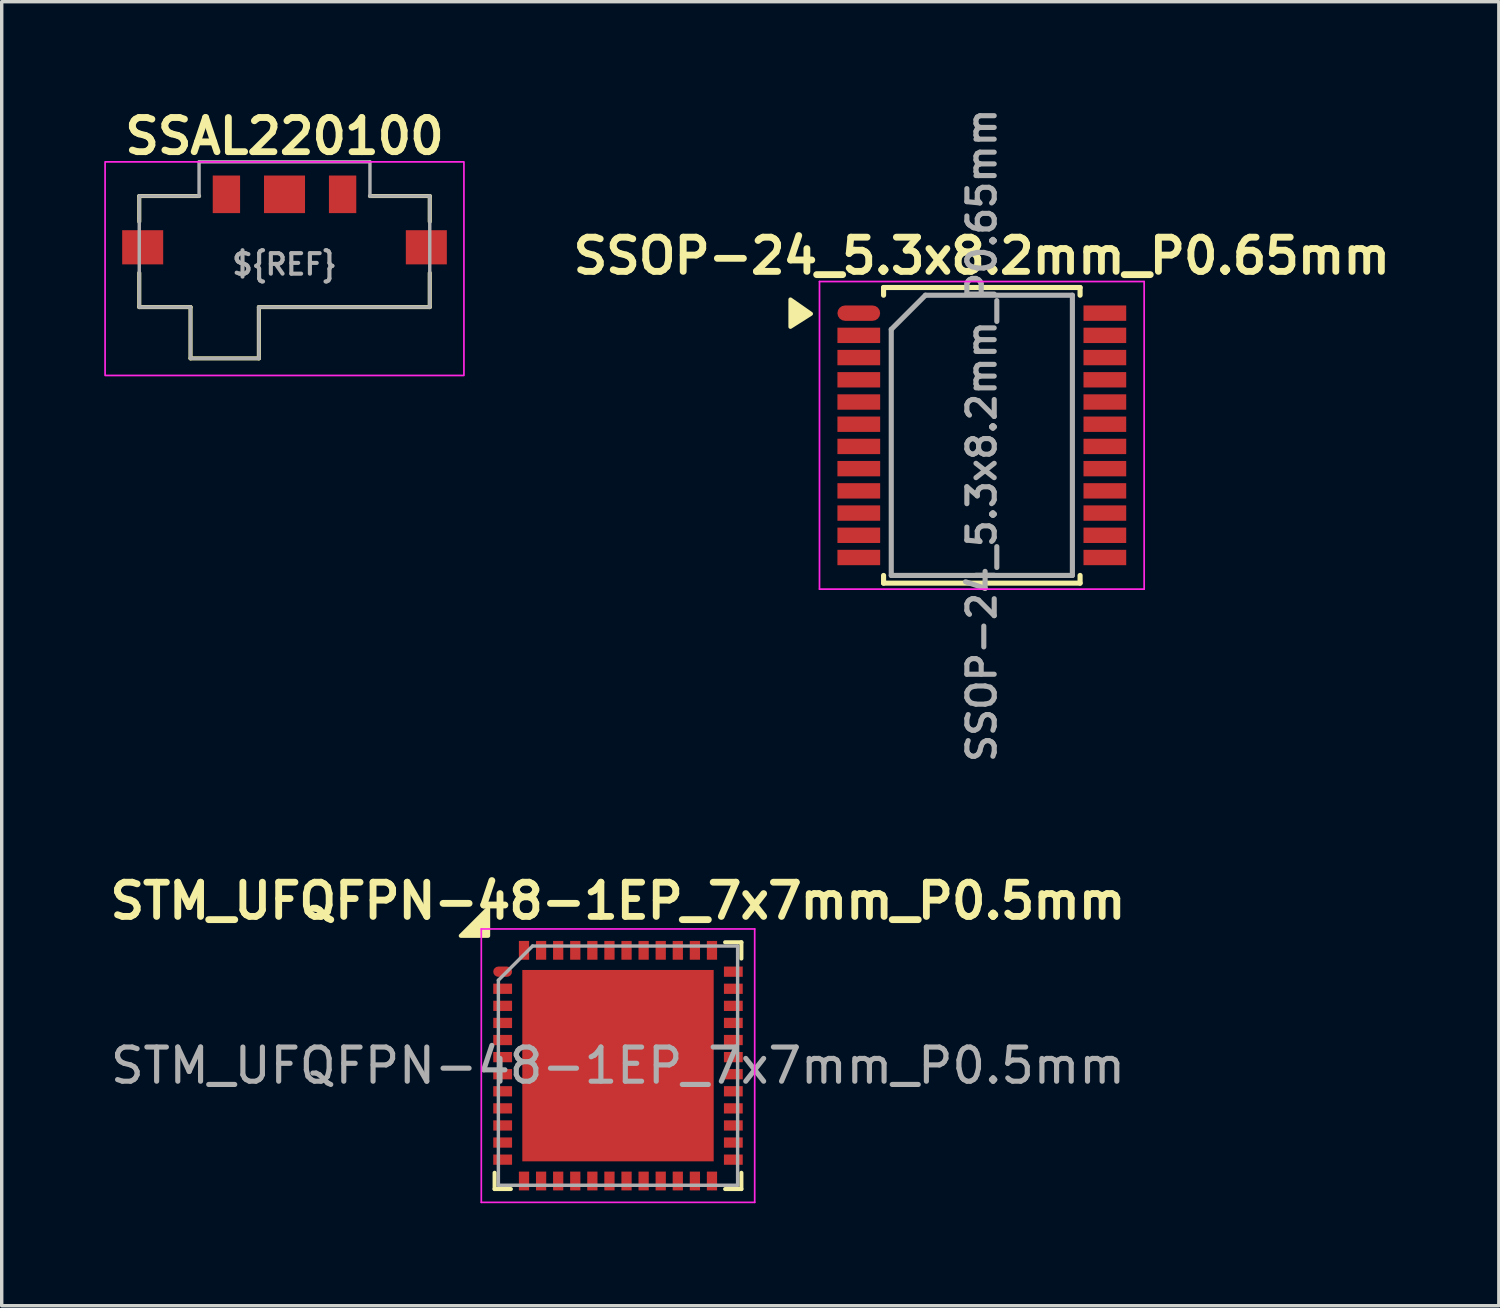
<source format=kicad_pcb>
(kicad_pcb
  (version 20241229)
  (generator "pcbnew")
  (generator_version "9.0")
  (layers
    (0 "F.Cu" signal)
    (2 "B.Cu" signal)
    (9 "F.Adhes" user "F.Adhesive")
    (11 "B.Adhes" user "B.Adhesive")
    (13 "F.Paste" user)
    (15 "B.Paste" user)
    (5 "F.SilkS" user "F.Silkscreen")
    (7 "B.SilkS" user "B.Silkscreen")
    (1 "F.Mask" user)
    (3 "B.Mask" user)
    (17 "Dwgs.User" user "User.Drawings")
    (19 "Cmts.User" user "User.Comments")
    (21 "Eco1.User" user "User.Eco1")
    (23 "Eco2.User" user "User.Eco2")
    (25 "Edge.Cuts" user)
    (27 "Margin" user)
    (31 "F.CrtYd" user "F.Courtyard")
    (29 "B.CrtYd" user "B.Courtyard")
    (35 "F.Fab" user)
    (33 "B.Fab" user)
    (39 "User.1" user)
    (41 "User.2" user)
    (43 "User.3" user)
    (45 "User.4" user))
  (footprint "SSAL220100"
    (layer "F.Cu")
    (at 5.275 4.186)
    (property "Reference" "SSAL220100" (at 0 -3.25 0) (unlocked yes) (layer "F.SilkS") (effects (font (size 1 1) (thickness 0.2))))
    (attr smd)
    (fp_line (start -4.25 -1.5) (end -2.5 -1.5) (stroke (width 0.12) (type solid)) (layer "F.SilkS"))
    (fp_line (start -4.25 -0.75) (end -4.25 -1.5) (stroke (width 0.12) (type solid)) (layer "F.SilkS"))
    (fp_line (start -4.25 0.75) (end -4.25 1.75) (stroke (width 0.12) (type solid)) (layer "F.SilkS"))
    (fp_line (start -4.25 1.75) (end -2.75 1.75) (stroke (width 0.12) (type solid)) (layer "F.SilkS"))
    (fp_line (start -2.75 1.75) (end -2.75 3.25) (stroke (width 0.12) (type solid)) (layer "F.SilkS"))
    (fp_line (start -2.75 3.25) (end -0.75 3.25) (stroke (width 0.12) (type solid)) (layer "F.SilkS"))
    (fp_line (start -0.75 3.25) (end -0.75 1.75) (stroke (width 0.12) (type solid)) (layer "F.SilkS"))
    (fp_line (start 4.25 -1.5) (end 2.5 -1.5) (stroke (width 0.12) (type solid)) (layer "F.SilkS"))
    (fp_line (start 4.25 -0.75) (end 4.25 -1.5) (stroke (width 0.12) (type solid)) (layer "F.SilkS"))
    (fp_line (start 4.25 0.75) (end 4.25 1.75) (stroke (width 0.12) (type solid)) (layer "F.SilkS"))
    (fp_line (start 4.25 1.75) (end -0.75 1.75) (stroke (width 0.12) (type solid)) (layer "F.SilkS"))
    (fp_rect (start -5.25 -2.5) (end 5.25 3.75) (stroke (width 0.05) (type solid)) (fill no) (layer "F.CrtYd"))
    (fp_line (start -4.25 -1.5) (end -4.25 1.75) (stroke (width 0.1) (type solid)) (layer "F.Fab"))
    (fp_line (start -4.25 1.75) (end -2.75 1.75) (stroke (width 0.1) (type solid)) (layer "F.Fab"))
    (fp_line (start -2.75 1.75) (end -2.75 3.25) (stroke (width 0.1) (type solid)) (layer "F.Fab"))
    (fp_line (start -2.75 3.25) (end -0.75 3.25) (stroke (width 0.1) (type solid)) (layer "F.Fab"))
    (fp_line (start -2.5 -2.5) (end -2.5 -1.5) (stroke (width 0.1) (type solid)) (layer "F.Fab"))
    (fp_line (start -2.5 -1.5) (end -4.25 -1.5) (stroke (width 0.1) (type solid)) (layer "F.Fab"))
    (fp_line (start -0.75 1.75) (end 4.25 1.75) (stroke (width 0.1) (type solid)) (layer "F.Fab"))
    (fp_line (start -0.75 3.25) (end -0.75 1.75) (stroke (width 0.1) (type solid)) (layer "F.Fab"))
    (fp_line (start 2.5 -2.5) (end -2.5 -2.5) (stroke (width 0.1) (type solid)) (layer "F.Fab"))
    (fp_line (start 2.5 -1.5) (end 2.5 -2.5) (stroke (width 0.1) (type solid)) (layer "F.Fab"))
    (fp_line (start 4.25 -1.5) (end 2.5 -1.5) (stroke (width 0.1) (type solid)) (layer "F.Fab"))
    (fp_line (start 4.25 1.75) (end 4.25 -1.5) (stroke (width 0.1) (type solid)) (layer "F.Fab"))
    (fp_text user "${REF}" (at 0 0.5 0) (unlocked yes) (layer "F.Fab") (effects (font (size 0.6 0.6) (thickness 0.12))))
    (pad "1" smd rect (at -1.7 -1.55) (size 0.8 1.1) (layers "F.Cu" "F.Mask" "F.Paste"))
    (pad "2" smd rect (at 0 -1.55) (size 1.2 1.1) (layers "F.Cu" "F.Mask" "F.Paste"))
    (pad "3" smd rect (at 1.7 -1.55) (size 0.8 1.1) (layers "F.Cu" "F.Mask" "F.Paste"))
    (pad "MP" smd rect (at -4.15 0) (size 1.2 1) (layers "F.Cu" "F.Mask" "F.Paste"))
    (pad "MP" smd rect (at 4.15 0) (size 1.2 1) (layers "F.Cu" "F.Mask" "F.Paste"))
    (zone (net_name "") (layer "F.Cu") (hatch edge 0.508) (connect_pads) (min_thickness 0.254) (filled_areas_thickness no) (keepout (tracks not_allowed) (vias not_allowed) (pads allowed) (copperpour not_allowed) (footprints allowed)) (placement (enabled no)) (fill) (polygon (pts (xy 8.525 5.186) (xy 2.025 5.186) (xy 2.025 3.186) (xy 8.525 3.186)))))
  (footprint "SSOP-24_5.3x8.2mm_P0.65mm"
    (layer "F.Cu")
    (at 25.679 9.688)
    (property "Reference" "SSOP-24_5.3x8.2mm_P0.65mm" (at 0 -5.25 0) (layer "F.SilkS") (effects (font (size 1 1) (thickness 0.2) (bold yes))))
    (attr smd)
    (fp_line (start -2.875 -4.325) (end -2.875 -4.1) (stroke (width 0.15) (type solid)) (layer "F.SilkS"))
    (fp_line (start -2.875 -4.325) (end 2.875 -4.325) (stroke (width 0.15) (type solid)) (layer "F.SilkS"))
    (fp_line (start -2.875 4.325) (end -2.875 4.1) (stroke (width 0.15) (type solid)) (layer "F.SilkS"))
    (fp_line (start -2.875 4.325) (end 2.875 4.325) (stroke (width 0.15) (type solid)) (layer "F.SilkS"))
    (fp_line (start 2.875 -4.325) (end 2.875 -4.1) (stroke (width 0.15) (type solid)) (layer "F.SilkS"))
    (fp_line (start 2.875 4.325) (end 2.875 4.1) (stroke (width 0.15) (type solid)) (layer "F.SilkS"))
    (fp_poly (pts (xy -5 -3.556) (xy -5.6 -3.175) (xy -5.6 -3.975) (xy -5 -3.556)) (stroke (width 0.12) (type solid)) (fill yes) (layer "F.SilkS"))
    (fp_line (start -4.75 -4.5) (end -4.75 4.5) (stroke (width 0.05) (type solid)) (layer "F.CrtYd"))
    (fp_line (start -4.75 -4.5) (end 4.75 -4.5) (stroke (width 0.05) (type solid)) (layer "F.CrtYd"))
    (fp_line (start -4.75 4.5) (end 4.75 4.5) (stroke (width 0.05) (type solid)) (layer "F.CrtYd"))
    (fp_line (start 4.75 -4.5) (end 4.75 4.5) (stroke (width 0.05) (type solid)) (layer "F.CrtYd"))
    (fp_line (start -2.65 -3.1) (end -1.65 -4.1) (stroke (width 0.15) (type solid)) (layer "F.Fab"))
    (fp_line (start -2.65 4.1) (end -2.65 -3.1) (stroke (width 0.15) (type solid)) (layer "F.Fab"))
    (fp_line (start -1.65 -4.1) (end 2.65 -4.1) (stroke (width 0.15) (type solid)) (layer "F.Fab"))
    (fp_line (start 2.65 -4.1) (end 2.65 4.1) (stroke (width 0.15) (type solid)) (layer "F.Fab"))
    (fp_line (start 2.65 4.1) (end -2.65 4.1) (stroke (width 0.15) (type solid)) (layer "F.Fab"))
    (fp_text user "${REFERENCE}" (at 0 0 270) (layer "F.Fab") (effects (font (size 0.8 0.8) (thickness 0.15))))
    (pad "1" smd roundrect (at -3.6 -3.575) (size 1.25 0.45) (layers "F.Cu" "F.Mask" "F.Paste") (roundrect_rratio 0.5))
    (pad "2" smd rect (at -3.6 -2.925) (size 1.25 0.45) (layers "F.Cu" "F.Mask" "F.Paste"))
    (pad "3" smd rect (at -3.6 -2.275) (size 1.25 0.45) (layers "F.Cu" "F.Mask" "F.Paste"))
    (pad "4" smd rect (at -3.6 -1.625) (size 1.25 0.45) (layers "F.Cu" "F.Mask" "F.Paste"))
    (pad "5" smd rect (at -3.6 -0.975) (size 1.25 0.45) (layers "F.Cu" "F.Mask" "F.Paste"))
    (pad "6" smd rect (at -3.6 -0.325) (size 1.25 0.45) (layers "F.Cu" "F.Mask" "F.Paste"))
    (pad "7" smd rect (at -3.6 0.325) (size 1.25 0.45) (layers "F.Cu" "F.Mask" "F.Paste"))
    (pad "8" smd rect (at -3.6 0.975) (size 1.25 0.45) (layers "F.Cu" "F.Mask" "F.Paste"))
    (pad "9" smd rect (at -3.6 1.625) (size 1.25 0.45) (layers "F.Cu" "F.Mask" "F.Paste"))
    (pad "10" smd rect (at -3.6 2.275) (size 1.25 0.45) (layers "F.Cu" "F.Mask" "F.Paste"))
    (pad "11" smd rect (at -3.6 2.925) (size 1.25 0.45) (layers "F.Cu" "F.Mask" "F.Paste"))
    (pad "12" smd rect (at -3.6 3.575) (size 1.25 0.45) (layers "F.Cu" "F.Mask" "F.Paste"))
    (pad "13" smd rect (at 3.6 3.575) (size 1.25 0.45) (layers "F.Cu" "F.Mask" "F.Paste"))
    (pad "14" smd rect (at 3.6 2.925) (size 1.25 0.45) (layers "F.Cu" "F.Mask" "F.Paste"))
    (pad "15" smd rect (at 3.6 2.275) (size 1.25 0.45) (layers "F.Cu" "F.Mask" "F.Paste"))
    (pad "16" smd rect (at 3.6 1.625) (size 1.25 0.45) (layers "F.Cu" "F.Mask" "F.Paste"))
    (pad "17" smd rect (at 3.6 0.975) (size 1.25 0.45) (layers "F.Cu" "F.Mask" "F.Paste"))
    (pad "18" smd rect (at 3.6 0.325) (size 1.25 0.45) (layers "F.Cu" "F.Mask" "F.Paste"))
    (pad "19" smd rect (at 3.6 -0.325) (size 1.25 0.45) (layers "F.Cu" "F.Mask" "F.Paste"))
    (pad "20" smd rect (at 3.6 -0.975) (size 1.25 0.45) (layers "F.Cu" "F.Mask" "F.Paste"))
    (pad "21" smd rect (at 3.6 -1.625) (size 1.25 0.45) (layers "F.Cu" "F.Mask" "F.Paste"))
    (pad "22" smd rect (at 3.6 -2.275) (size 1.25 0.45) (layers "F.Cu" "F.Mask" "F.Paste"))
    (pad "23" smd rect (at 3.6 -2.925) (size 1.25 0.45) (layers "F.Cu" "F.Mask" "F.Paste"))
    (pad "24" smd rect (at 3.6 -3.575) (size 1.25 0.45) (layers "F.Cu" "F.Mask" "F.Paste")))
  (footprint "STM_UFQFPN-48-1EP_7x7mm_P0.5mm"
    (layer "F.Cu")
    (at 15.033 28.132)
    (property "Reference" "STM_UFQFPN-48-1EP_7x7mm_P0.5mm" (at 0 -4.82 0) (layer "F.SilkS") (effects (font (size 1 1) (thickness 0.2))))
    (attr smd)
    (fp_line (start -3.61 3.61) (end -3.61 3.135) (stroke (width 0.12) (type solid)) (layer "F.SilkS"))
    (fp_line (start -3.135 3.61) (end -3.61 3.61) (stroke (width 0.12) (type solid)) (layer "F.SilkS"))
    (fp_line (start 3.135 -3.61) (end 3.61 -3.61) (stroke (width 0.12) (type solid)) (layer "F.SilkS"))
    (fp_line (start 3.135 3.61) (end 3.61 3.61) (stroke (width 0.12) (type solid)) (layer "F.SilkS"))
    (fp_line (start 3.61 -3.61) (end 3.61 -3.135) (stroke (width 0.12) (type solid)) (layer "F.SilkS"))
    (fp_line (start 3.61 3.61) (end 3.61 3.135) (stroke (width 0.12) (type solid)) (layer "F.SilkS"))
    (fp_poly (pts (xy -3.8 -3.8) (xy -4.6 -3.8) (xy -3.8 -4.6)) (stroke (width 0.12) (type solid)) (fill yes) (layer "F.SilkS"))
    (fp_line (start -4 -4) (end -4 4) (stroke (width 0.05) (type solid)) (layer "F.CrtYd"))
    (fp_line (start -4 4) (end 4 4) (stroke (width 0.05) (type solid)) (layer "F.CrtYd"))
    (fp_line (start 4 -4) (end -4 -4) (stroke (width 0.05) (type solid)) (layer "F.CrtYd"))
    (fp_line (start 4 4) (end 4 -4) (stroke (width 0.05) (type solid)) (layer "F.CrtYd"))
    (fp_line (start -3.5 -2.5) (end -2.5 -3.5) (stroke (width 0.1) (type solid)) (layer "F.Fab"))
    (fp_line (start -3.5 3.5) (end -3.5 -2.5) (stroke (width 0.1) (type solid)) (layer "F.Fab"))
    (fp_line (start -2.5 -3.5) (end 3.5 -3.5) (stroke (width 0.1) (type solid)) (layer "F.Fab"))
    (fp_line (start 3.5 -3.5) (end 3.5 3.5) (stroke (width 0.1) (type solid)) (layer "F.Fab"))
    (fp_line (start 3.5 3.5) (end -3.5 3.5) (stroke (width 0.1) (type solid)) (layer "F.Fab"))
    (fp_text user "${REFERENCE}" (at 0 0 0) (layer "F.Fab") (effects (font (size 1 1) (thickness 0.15))))
    (pad "" smd roundrect (at -2.04 -2.04) (size 1.1 1.1) (layers "F.Paste") (roundrect_rratio 0.227))
    (pad "" smd roundrect (at -2.04 -0.68) (size 1.1 1.1) (layers "F.Paste") (roundrect_rratio 0.227))
    (pad "" smd roundrect (at -2.04 0.68) (size 1.1 1.1) (layers "F.Paste") (roundrect_rratio 0.227))
    (pad "" smd roundrect (at -2.04 2.04) (size 1.1 1.1) (layers "F.Paste") (roundrect_rratio 0.227))
    (pad "" smd roundrect (at -0.68 -2.04) (size 1.1 1.1) (layers "F.Paste") (roundrect_rratio 0.227))
    (pad "" smd roundrect (at -0.68 -0.68) (size 1.1 1.1) (layers "F.Paste") (roundrect_rratio 0.227))
    (pad "" smd roundrect (at -0.68 0.68) (size 1.1 1.1) (layers "F.Paste") (roundrect_rratio 0.227))
    (pad "" smd roundrect (at -0.68 2.04) (size 1.1 1.1) (layers "F.Paste") (roundrect_rratio 0.227))
    (pad "" smd roundrect (at 0.68 -2.04) (size 1.1 1.1) (layers "F.Paste") (roundrect_rratio 0.227))
    (pad "" smd roundrect (at 0.68 -0.68) (size 1.1 1.1) (layers "F.Paste") (roundrect_rratio 0.227))
    (pad "" smd roundrect (at 0.68 0.68) (size 1.1 1.1) (layers "F.Paste") (roundrect_rratio 0.227))
    (pad "" smd roundrect (at 0.68 2.04) (size 1.1 1.1) (layers "F.Paste") (roundrect_rratio 0.227))
    (pad "" smd roundrect (at 2.04 -2.04) (size 1.1 1.1) (layers "F.Paste") (roundrect_rratio 0.227))
    (pad "" smd roundrect (at 2.04 -0.68) (size 1.1 1.1) (layers "F.Paste") (roundrect_rratio 0.227))
    (pad "" smd roundrect (at 2.04 0.68) (size 1.1 1.1) (layers "F.Paste") (roundrect_rratio 0.227))
    (pad "" smd roundrect (at 2.04 2.04) (size 1.1 1.1) (layers "F.Paste") (roundrect_rratio 0.227))
    (pad "1" smd roundrect (at -3.375 -2.75) (size 0.55 0.3) (layers "F.Cu" "F.Mask" "F.Paste") (roundrect_rratio 0.5))
    (pad "2" smd rect (at -3.375 -2.25) (size 0.55 0.3) (layers "F.Cu" "F.Mask" "F.Paste"))
    (pad "3" smd rect (at -3.375 -1.75) (size 0.55 0.3) (layers "F.Cu" "F.Mask" "F.Paste"))
    (pad "4" smd rect (at -3.375 -1.25) (size 0.55 0.3) (layers "F.Cu" "F.Mask" "F.Paste"))
    (pad "5" smd rect (at -3.375 -0.75) (size 0.55 0.3) (layers "F.Cu" "F.Mask" "F.Paste"))
    (pad "6" smd rect (at -3.375 -0.25) (size 0.55 0.3) (layers "F.Cu" "F.Mask" "F.Paste"))
    (pad "7" smd rect (at -3.375 0.25) (size 0.55 0.3) (layers "F.Cu" "F.Mask" "F.Paste"))
    (pad "8" smd rect (at -3.375 0.75) (size 0.55 0.3) (layers "F.Cu" "F.Mask" "F.Paste"))
    (pad "9" smd rect (at -3.375 1.25) (size 0.55 0.3) (layers "F.Cu" "F.Mask" "F.Paste"))
    (pad "10" smd rect (at -3.375 1.75) (size 0.55 0.3) (layers "F.Cu" "F.Mask" "F.Paste"))
    (pad "11" smd rect (at -3.375 2.25) (size 0.55 0.3) (layers "F.Cu" "F.Mask" "F.Paste"))
    (pad "12" smd rect (at -3.375 2.75) (size 0.55 0.3) (layers "F.Cu" "F.Mask" "F.Paste"))
    (pad "13" smd rect (at -2.75 3.375 90) (size 0.55 0.3) (layers "F.Cu" "F.Mask" "F.Paste"))
    (pad "14" smd rect (at -2.25 3.375 90) (size 0.55 0.3) (layers "F.Cu" "F.Mask" "F.Paste"))
    (pad "15" smd rect (at -1.75 3.375 90) (size 0.55 0.3) (layers "F.Cu" "F.Mask" "F.Paste"))
    (pad "16" smd rect (at -1.25 3.375 90) (size 0.55 0.3) (layers "F.Cu" "F.Mask" "F.Paste"))
    (pad "17" smd rect (at -0.75 3.375 90) (size 0.55 0.3) (layers "F.Cu" "F.Mask" "F.Paste"))
    (pad "18" smd rect (at -0.25 3.375 90) (size 0.55 0.3) (layers "F.Cu" "F.Mask" "F.Paste"))
    (pad "19" smd rect (at 0.25 3.375 90) (size 0.55 0.3) (layers "F.Cu" "F.Mask" "F.Paste"))
    (pad "20" smd rect (at 0.75 3.375 90) (size 0.55 0.3) (layers "F.Cu" "F.Mask" "F.Paste"))
    (pad "21" smd rect (at 1.25 3.375 90) (size 0.55 0.3) (layers "F.Cu" "F.Mask" "F.Paste"))
    (pad "22" smd rect (at 1.75 3.375 90) (size 0.55 0.3) (layers "F.Cu" "F.Mask" "F.Paste"))
    (pad "23" smd rect (at 2.25 3.375 90) (size 0.55 0.3) (layers "F.Cu" "F.Mask" "F.Paste"))
    (pad "24" smd rect (at 2.75 3.375 90) (size 0.55 0.3) (layers "F.Cu" "F.Mask" "F.Paste"))
    (pad "25" smd rect (at 3.375 2.75) (size 0.55 0.3) (layers "F.Cu" "F.Mask" "F.Paste"))
    (pad "26" smd rect (at 3.375 2.25) (size 0.55 0.3) (layers "F.Cu" "F.Mask" "F.Paste"))
    (pad "27" smd rect (at 3.375 1.75) (size 0.55 0.3) (layers "F.Cu" "F.Mask" "F.Paste"))
    (pad "28" smd rect (at 3.375 1.25) (size 0.55 0.3) (layers "F.Cu" "F.Mask" "F.Paste"))
    (pad "29" smd rect (at 3.375 0.75) (size 0.55 0.3) (layers "F.Cu" "F.Mask" "F.Paste"))
    (pad "30" smd rect (at 3.375 0.25) (size 0.55 0.3) (layers "F.Cu" "F.Mask" "F.Paste"))
    (pad "31" smd rect (at 3.375 -0.25) (size 0.55 0.3) (layers "F.Cu" "F.Mask" "F.Paste"))
    (pad "32" smd rect (at 3.375 -0.75) (size 0.55 0.3) (layers "F.Cu" "F.Mask" "F.Paste"))
    (pad "33" smd rect (at 3.375 -1.25) (size 0.55 0.3) (layers "F.Cu" "F.Mask" "F.Paste"))
    (pad "34" smd rect (at 3.375 -1.75) (size 0.55 0.3) (layers "F.Cu" "F.Mask" "F.Paste"))
    (pad "35" smd rect (at 3.375 -2.25) (size 0.55 0.3) (layers "F.Cu" "F.Mask" "F.Paste"))
    (pad "36" smd rect (at 3.375 -2.75) (size 0.55 0.3) (layers "F.Cu" "F.Mask" "F.Paste"))
    (pad "37" smd rect (at 2.75 -3.375 90) (size 0.55 0.3) (layers "F.Cu" "F.Mask" "F.Paste"))
    (pad "38" smd rect (at 2.25 -3.375 90) (size 0.55 0.3) (layers "F.Cu" "F.Mask" "F.Paste"))
    (pad "39" smd rect (at 1.75 -3.375 90) (size 0.55 0.3) (layers "F.Cu" "F.Mask" "F.Paste"))
    (pad "40" smd rect (at 1.25 -3.375 90) (size 0.55 0.3) (layers "F.Cu" "F.Mask" "F.Paste"))
    (pad "41" smd rect (at 0.75 -3.375 90) (size 0.55 0.3) (layers "F.Cu" "F.Mask" "F.Paste"))
    (pad "42" smd rect (at 0.25 -3.375 90) (size 0.55 0.3) (layers "F.Cu" "F.Mask" "F.Paste"))
    (pad "43" smd rect (at -0.25 -3.375 90) (size 0.55 0.3) (layers "F.Cu" "F.Mask" "F.Paste"))
    (pad "44" smd rect (at -0.75 -3.375 90) (size 0.55 0.3) (layers "F.Cu" "F.Mask" "F.Paste"))
    (pad "45" smd rect (at -1.25 -3.375 90) (size 0.55 0.3) (layers "F.Cu" "F.Mask" "F.Paste"))
    (pad "46" smd rect (at -1.75 -3.375 90) (size 0.55 0.3) (layers "F.Cu" "F.Mask" "F.Paste"))
    (pad "47" smd rect (at -2.25 -3.375 90) (size 0.55 0.3) (layers "F.Cu" "F.Mask" "F.Paste"))
    (pad "48" smd rect (at -2.75 -3.375 90) (size 0.55 0.3) (layers "F.Cu" "F.Mask" "F.Paste"))
    (pad "49" smd rect (at 0 0) (size 5.6 5.6) (layers "F.Cu" "F.Mask")))
  (gr_rect
    (start -3 -3)
    (end 40.807 35.157)
    (stroke (width 0.1) (type default))
    (fill no)
    (layer "Edge.Cuts")))
</source>
